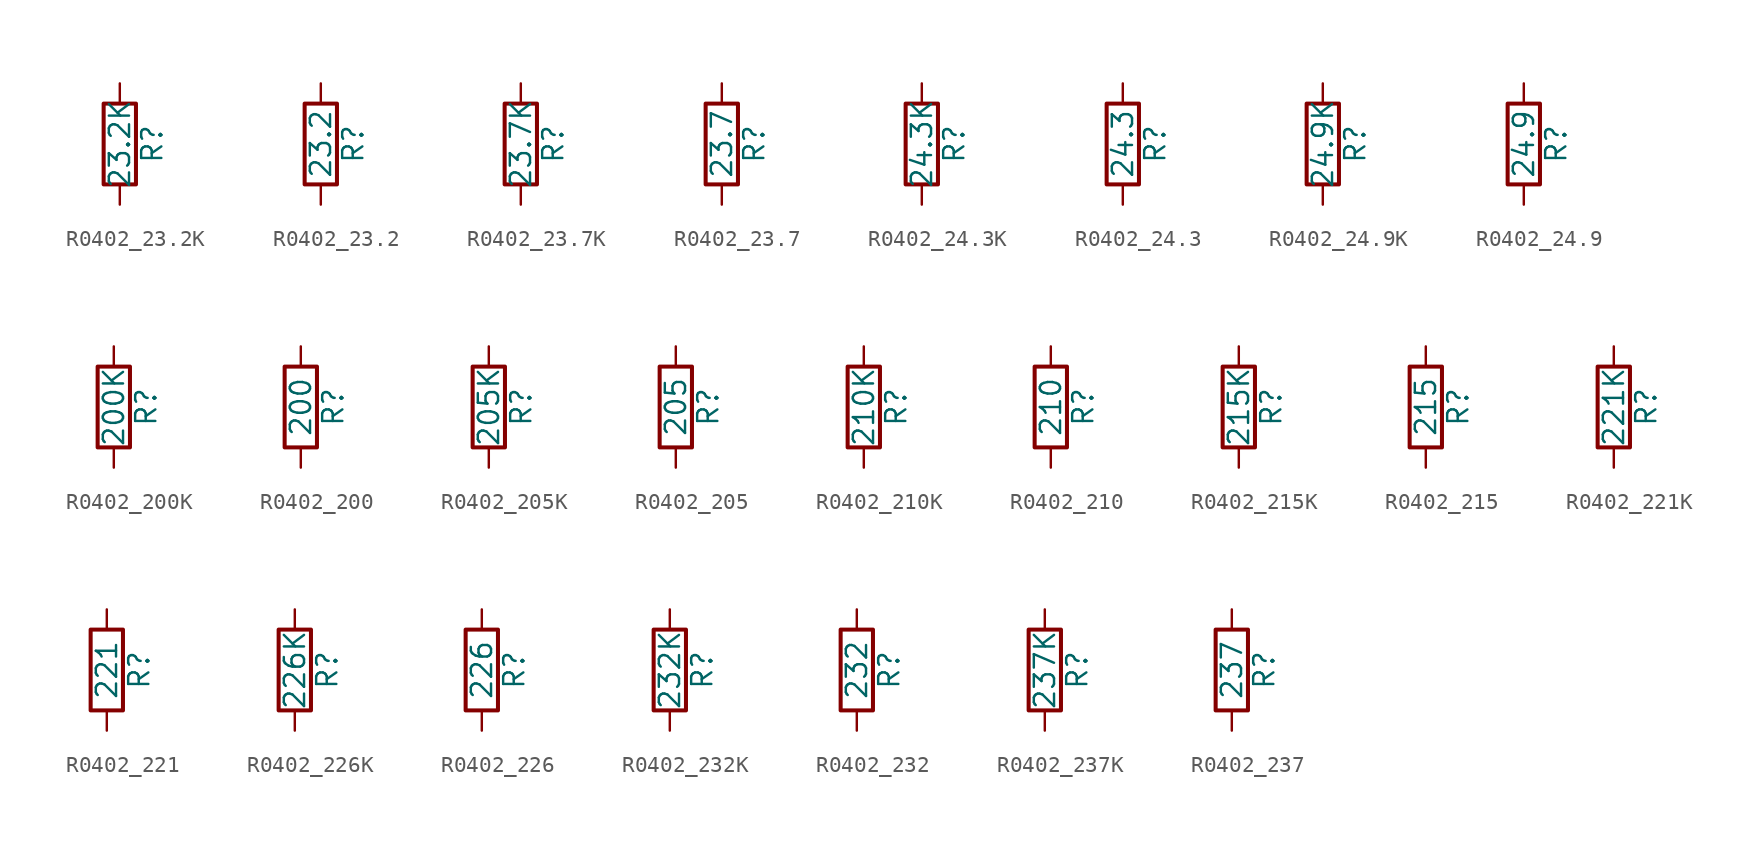
<source format=kicad_sym>
(kicad_symbol_lib
  (version 20211014)
  (generator atlantix-eda)
  (symbol "R0402_23.2K"
    (pin_numbers hide)
    (pin_names
      (offset 0))
    (property "Reference" "R"
      (at 2.032 0 90)
      (effects (font (size 1.27 1.27))))
    (property "Value" "23.2K"
      (at 0 0 90)
      (effects (font (size 1.27 1.27))))
    (symbol "R0402_23.2K_0_1"
      (rectangle (start -1.016 -2.54) (end 1.016 2.54) (stroke (width 0.254) (type default) (color 0 0 0 0)) (fill (type none))))
    (symbol "R0402_23.2K_1_1"
      (pin passive line (at 0 3.81 270) (length 1.27) (name "~" (effects (font (size 1.27 1.27)))) (number "1" (effects (font (size 1.27 1.27)))))
      (pin passive line (at 0 -3.81 90) (length 1.27) (name "~" (effects (font (size 1.27 1.27)))) (number "2" (effects (font (size 1.27 1.27)))))))
  (symbol "R0402_23.2"
    (pin_numbers hide)
    (pin_names
      (offset 0))
    (property "Reference" "R"
      (at 2.032 0 90)
      (effects (font (size 1.27 1.27))))
    (property "Value" "23.2"
      (at 0 0 90)
      (effects (font (size 1.27 1.27))))
    (symbol "R0402_23.2_0_1"
      (rectangle (start -1.016 -2.54) (end 1.016 2.54) (stroke (width 0.254) (type default) (color 0 0 0 0)) (fill (type none))))
    (symbol "R0402_23.2_1_1"
      (pin passive line (at 0 3.81 270) (length 1.27) (name "~" (effects (font (size 1.27 1.27)))) (number "1" (effects (font (size 1.27 1.27)))))
      (pin passive line (at 0 -3.81 90) (length 1.27) (name "~" (effects (font (size 1.27 1.27)))) (number "2" (effects (font (size 1.27 1.27)))))))
  (symbol "R0402_23.7K"
    (pin_numbers hide)
    (pin_names
      (offset 0))
    (property "Reference" "R"
      (at 2.032 0 90)
      (effects (font (size 1.27 1.27))))
    (property "Value" "23.7K"
      (at 0 0 90)
      (effects (font (size 1.27 1.27))))
    (symbol "R0402_23.7K_0_1"
      (rectangle (start -1.016 -2.54) (end 1.016 2.54) (stroke (width 0.254) (type default) (color 0 0 0 0)) (fill (type none))))
    (symbol "R0402_23.7K_1_1"
      (pin passive line (at 0 3.81 270) (length 1.27) (name "~" (effects (font (size 1.27 1.27)))) (number "1" (effects (font (size 1.27 1.27)))))
      (pin passive line (at 0 -3.81 90) (length 1.27) (name "~" (effects (font (size 1.27 1.27)))) (number "2" (effects (font (size 1.27 1.27)))))))
  (symbol "R0402_23.7"
    (pin_numbers hide)
    (pin_names
      (offset 0))
    (property "Reference" "R"
      (at 2.032 0 90)
      (effects (font (size 1.27 1.27))))
    (property "Value" "23.7"
      (at 0 0 90)
      (effects (font (size 1.27 1.27))))
    (symbol "R0402_23.7_0_1"
      (rectangle (start -1.016 -2.54) (end 1.016 2.54) (stroke (width 0.254) (type default) (color 0 0 0 0)) (fill (type none))))
    (symbol "R0402_23.7_1_1"
      (pin passive line (at 0 3.81 270) (length 1.27) (name "~" (effects (font (size 1.27 1.27)))) (number "1" (effects (font (size 1.27 1.27)))))
      (pin passive line (at 0 -3.81 90) (length 1.27) (name "~" (effects (font (size 1.27 1.27)))) (number "2" (effects (font (size 1.27 1.27)))))))
  (symbol "R0402_24.3K"
    (pin_numbers hide)
    (pin_names
      (offset 0))
    (property "Reference" "R"
      (at 2.032 0 90)
      (effects (font (size 1.27 1.27))))
    (property "Value" "24.3K"
      (at 0 0 90)
      (effects (font (size 1.27 1.27))))
    (symbol "R0402_24.3K_0_1"
      (rectangle (start -1.016 -2.54) (end 1.016 2.54) (stroke (width 0.254) (type default) (color 0 0 0 0)) (fill (type none))))
    (symbol "R0402_24.3K_1_1"
      (pin passive line (at 0 3.81 270) (length 1.27) (name "~" (effects (font (size 1.27 1.27)))) (number "1" (effects (font (size 1.27 1.27)))))
      (pin passive line (at 0 -3.81 90) (length 1.27) (name "~" (effects (font (size 1.27 1.27)))) (number "2" (effects (font (size 1.27 1.27)))))))
  (symbol "R0402_24.3"
    (pin_numbers hide)
    (pin_names
      (offset 0))
    (property "Reference" "R"
      (at 2.032 0 90)
      (effects (font (size 1.27 1.27))))
    (property "Value" "24.3"
      (at 0 0 90)
      (effects (font (size 1.27 1.27))))
    (symbol "R0402_24.3_0_1"
      (rectangle (start -1.016 -2.54) (end 1.016 2.54) (stroke (width 0.254) (type default) (color 0 0 0 0)) (fill (type none))))
    (symbol "R0402_24.3_1_1"
      (pin passive line (at 0 3.81 270) (length 1.27) (name "~" (effects (font (size 1.27 1.27)))) (number "1" (effects (font (size 1.27 1.27)))))
      (pin passive line (at 0 -3.81 90) (length 1.27) (name "~" (effects (font (size 1.27 1.27)))) (number "2" (effects (font (size 1.27 1.27)))))))
  (symbol "R0402_24.9K"
    (pin_numbers hide)
    (pin_names
      (offset 0))
    (property "Reference" "R"
      (at 2.032 0 90)
      (effects (font (size 1.27 1.27))))
    (property "Value" "24.9K"
      (at 0 0 90)
      (effects (font (size 1.27 1.27))))
    (symbol "R0402_24.9K_0_1"
      (rectangle (start -1.016 -2.54) (end 1.016 2.54) (stroke (width 0.254) (type default) (color 0 0 0 0)) (fill (type none))))
    (symbol "R0402_24.9K_1_1"
      (pin passive line (at 0 3.81 270) (length 1.27) (name "~" (effects (font (size 1.27 1.27)))) (number "1" (effects (font (size 1.27 1.27)))))
      (pin passive line (at 0 -3.81 90) (length 1.27) (name "~" (effects (font (size 1.27 1.27)))) (number "2" (effects (font (size 1.27 1.27)))))))
  (symbol "R0402_24.9"
    (pin_numbers hide)
    (pin_names
      (offset 0))
    (property "Reference" "R"
      (at 2.032 0 90)
      (effects (font (size 1.27 1.27))))
    (property "Value" "24.9"
      (at 0 0 90)
      (effects (font (size 1.27 1.27))))
    (symbol "R0402_24.9_0_1"
      (rectangle (start -1.016 -2.54) (end 1.016 2.54) (stroke (width 0.254) (type default) (color 0 0 0 0)) (fill (type none))))
    (symbol "R0402_24.9_1_1"
      (pin passive line (at 0 3.81 270) (length 1.27) (name "~" (effects (font (size 1.27 1.27)))) (number "1" (effects (font (size 1.27 1.27)))))
      (pin passive line (at 0 -3.81 90) (length 1.27) (name "~" (effects (font (size 1.27 1.27)))) (number "2" (effects (font (size 1.27 1.27)))))))
  (symbol "R0402_200K"
    (pin_numbers hide)
    (pin_names
      (offset 0))
    (property "Reference" "R"
      (at 2.032 0 90)
      (effects (font (size 1.27 1.27))))
    (property "Value" "200K"
      (at 0 0 90)
      (effects (font (size 1.27 1.27))))
    (symbol "R0402_200K_0_1"
      (rectangle (start -1.016 -2.54) (end 1.016 2.54) (stroke (width 0.254) (type default) (color 0 0 0 0)) (fill (type none))))
    (symbol "R0402_200K_1_1"
      (pin passive line (at 0 3.81 270) (length 1.27) (name "~" (effects (font (size 1.27 1.27)))) (number "1" (effects (font (size 1.27 1.27)))))
      (pin passive line (at 0 -3.81 90) (length 1.27) (name "~" (effects (font (size 1.27 1.27)))) (number "2" (effects (font (size 1.27 1.27)))))))
  (symbol "R0402_200"
    (pin_numbers hide)
    (pin_names
      (offset 0))
    (property "Reference" "R"
      (at 2.032 0 90)
      (effects (font (size 1.27 1.27))))
    (property "Value" "200"
      (at 0 0 90)
      (effects (font (size 1.27 1.27))))
    (symbol "R0402_200_0_1"
      (rectangle (start -1.016 -2.54) (end 1.016 2.54) (stroke (width 0.254) (type default) (color 0 0 0 0)) (fill (type none))))
    (symbol "R0402_200_1_1"
      (pin passive line (at 0 3.81 270) (length 1.27) (name "~" (effects (font (size 1.27 1.27)))) (number "1" (effects (font (size 1.27 1.27)))))
      (pin passive line (at 0 -3.81 90) (length 1.27) (name "~" (effects (font (size 1.27 1.27)))) (number "2" (effects (font (size 1.27 1.27)))))))
  (symbol "R0402_205K"
    (pin_numbers hide)
    (pin_names
      (offset 0))
    (property "Reference" "R"
      (at 2.032 0 90)
      (effects (font (size 1.27 1.27))))
    (property "Value" "205K"
      (at 0 0 90)
      (effects (font (size 1.27 1.27))))
    (symbol "R0402_205K_0_1"
      (rectangle (start -1.016 -2.54) (end 1.016 2.54) (stroke (width 0.254) (type default) (color 0 0 0 0)) (fill (type none))))
    (symbol "R0402_205K_1_1"
      (pin passive line (at 0 3.81 270) (length 1.27) (name "~" (effects (font (size 1.27 1.27)))) (number "1" (effects (font (size 1.27 1.27)))))
      (pin passive line (at 0 -3.81 90) (length 1.27) (name "~" (effects (font (size 1.27 1.27)))) (number "2" (effects (font (size 1.27 1.27)))))))
  (symbol "R0402_205"
    (pin_numbers hide)
    (pin_names
      (offset 0))
    (property "Reference" "R"
      (at 2.032 0 90)
      (effects (font (size 1.27 1.27))))
    (property "Value" "205"
      (at 0 0 90)
      (effects (font (size 1.27 1.27))))
    (symbol "R0402_205_0_1"
      (rectangle (start -1.016 -2.54) (end 1.016 2.54) (stroke (width 0.254) (type default) (color 0 0 0 0)) (fill (type none))))
    (symbol "R0402_205_1_1"
      (pin passive line (at 0 3.81 270) (length 1.27) (name "~" (effects (font (size 1.27 1.27)))) (number "1" (effects (font (size 1.27 1.27)))))
      (pin passive line (at 0 -3.81 90) (length 1.27) (name "~" (effects (font (size 1.27 1.27)))) (number "2" (effects (font (size 1.27 1.27)))))))
  (symbol "R0402_210K"
    (pin_numbers hide)
    (pin_names
      (offset 0))
    (property "Reference" "R"
      (at 2.032 0 90)
      (effects (font (size 1.27 1.27))))
    (property "Value" "210K"
      (at 0 0 90)
      (effects (font (size 1.27 1.27))))
    (symbol "R0402_210K_0_1"
      (rectangle (start -1.016 -2.54) (end 1.016 2.54) (stroke (width 0.254) (type default) (color 0 0 0 0)) (fill (type none))))
    (symbol "R0402_210K_1_1"
      (pin passive line (at 0 3.81 270) (length 1.27) (name "~" (effects (font (size 1.27 1.27)))) (number "1" (effects (font (size 1.27 1.27)))))
      (pin passive line (at 0 -3.81 90) (length 1.27) (name "~" (effects (font (size 1.27 1.27)))) (number "2" (effects (font (size 1.27 1.27)))))))
  (symbol "R0402_210"
    (pin_numbers hide)
    (pin_names
      (offset 0))
    (property "Reference" "R"
      (at 2.032 0 90)
      (effects (font (size 1.27 1.27))))
    (property "Value" "210"
      (at 0 0 90)
      (effects (font (size 1.27 1.27))))
    (symbol "R0402_210_0_1"
      (rectangle (start -1.016 -2.54) (end 1.016 2.54) (stroke (width 0.254) (type default) (color 0 0 0 0)) (fill (type none))))
    (symbol "R0402_210_1_1"
      (pin passive line (at 0 3.81 270) (length 1.27) (name "~" (effects (font (size 1.27 1.27)))) (number "1" (effects (font (size 1.27 1.27)))))
      (pin passive line (at 0 -3.81 90) (length 1.27) (name "~" (effects (font (size 1.27 1.27)))) (number "2" (effects (font (size 1.27 1.27)))))))
  (symbol "R0402_215K"
    (pin_numbers hide)
    (pin_names
      (offset 0))
    (property "Reference" "R"
      (at 2.032 0 90)
      (effects (font (size 1.27 1.27))))
    (property "Value" "215K"
      (at 0 0 90)
      (effects (font (size 1.27 1.27))))
    (symbol "R0402_215K_0_1"
      (rectangle (start -1.016 -2.54) (end 1.016 2.54) (stroke (width 0.254) (type default) (color 0 0 0 0)) (fill (type none))))
    (symbol "R0402_215K_1_1"
      (pin passive line (at 0 3.81 270) (length 1.27) (name "~" (effects (font (size 1.27 1.27)))) (number "1" (effects (font (size 1.27 1.27)))))
      (pin passive line (at 0 -3.81 90) (length 1.27) (name "~" (effects (font (size 1.27 1.27)))) (number "2" (effects (font (size 1.27 1.27)))))))
  (symbol "R0402_215"
    (pin_numbers hide)
    (pin_names
      (offset 0))
    (property "Reference" "R"
      (at 2.032 0 90)
      (effects (font (size 1.27 1.27))))
    (property "Value" "215"
      (at 0 0 90)
      (effects (font (size 1.27 1.27))))
    (symbol "R0402_215_0_1"
      (rectangle (start -1.016 -2.54) (end 1.016 2.54) (stroke (width 0.254) (type default) (color 0 0 0 0)) (fill (type none))))
    (symbol "R0402_215_1_1"
      (pin passive line (at 0 3.81 270) (length 1.27) (name "~" (effects (font (size 1.27 1.27)))) (number "1" (effects (font (size 1.27 1.27)))))
      (pin passive line (at 0 -3.81 90) (length 1.27) (name "~" (effects (font (size 1.27 1.27)))) (number "2" (effects (font (size 1.27 1.27)))))))
  (symbol "R0402_221K"
    (pin_numbers hide)
    (pin_names
      (offset 0))
    (property "Reference" "R"
      (at 2.032 0 90)
      (effects (font (size 1.27 1.27))))
    (property "Value" "221K"
      (at 0 0 90)
      (effects (font (size 1.27 1.27))))
    (symbol "R0402_221K_0_1"
      (rectangle (start -1.016 -2.54) (end 1.016 2.54) (stroke (width 0.254) (type default) (color 0 0 0 0)) (fill (type none))))
    (symbol "R0402_221K_1_1"
      (pin passive line (at 0 3.81 270) (length 1.27) (name "~" (effects (font (size 1.27 1.27)))) (number "1" (effects (font (size 1.27 1.27)))))
      (pin passive line (at 0 -3.81 90) (length 1.27) (name "~" (effects (font (size 1.27 1.27)))) (number "2" (effects (font (size 1.27 1.27)))))))
  (symbol "R0402_221"
    (pin_numbers hide)
    (pin_names
      (offset 0))
    (property "Reference" "R"
      (at 2.032 0 90)
      (effects (font (size 1.27 1.27))))
    (property "Value" "221"
      (at 0 0 90)
      (effects (font (size 1.27 1.27))))
    (symbol "R0402_221_0_1"
      (rectangle (start -1.016 -2.54) (end 1.016 2.54) (stroke (width 0.254) (type default) (color 0 0 0 0)) (fill (type none))))
    (symbol "R0402_221_1_1"
      (pin passive line (at 0 3.81 270) (length 1.27) (name "~" (effects (font (size 1.27 1.27)))) (number "1" (effects (font (size 1.27 1.27)))))
      (pin passive line (at 0 -3.81 90) (length 1.27) (name "~" (effects (font (size 1.27 1.27)))) (number "2" (effects (font (size 1.27 1.27)))))))
  (symbol "R0402_226K"
    (pin_numbers hide)
    (pin_names
      (offset 0))
    (property "Reference" "R"
      (at 2.032 0 90)
      (effects (font (size 1.27 1.27))))
    (property "Value" "226K"
      (at 0 0 90)
      (effects (font (size 1.27 1.27))))
    (symbol "R0402_226K_0_1"
      (rectangle (start -1.016 -2.54) (end 1.016 2.54) (stroke (width 0.254) (type default) (color 0 0 0 0)) (fill (type none))))
    (symbol "R0402_226K_1_1"
      (pin passive line (at 0 3.81 270) (length 1.27) (name "~" (effects (font (size 1.27 1.27)))) (number "1" (effects (font (size 1.27 1.27)))))
      (pin passive line (at 0 -3.81 90) (length 1.27) (name "~" (effects (font (size 1.27 1.27)))) (number "2" (effects (font (size 1.27 1.27)))))))
  (symbol "R0402_226"
    (pin_numbers hide)
    (pin_names
      (offset 0))
    (property "Reference" "R"
      (at 2.032 0 90)
      (effects (font (size 1.27 1.27))))
    (property "Value" "226"
      (at 0 0 90)
      (effects (font (size 1.27 1.27))))
    (symbol "R0402_226_0_1"
      (rectangle (start -1.016 -2.54) (end 1.016 2.54) (stroke (width 0.254) (type default) (color 0 0 0 0)) (fill (type none))))
    (symbol "R0402_226_1_1"
      (pin passive line (at 0 3.81 270) (length 1.27) (name "~" (effects (font (size 1.27 1.27)))) (number "1" (effects (font (size 1.27 1.27)))))
      (pin passive line (at 0 -3.81 90) (length 1.27) (name "~" (effects (font (size 1.27 1.27)))) (number "2" (effects (font (size 1.27 1.27)))))))
  (symbol "R0402_232K"
    (pin_numbers hide)
    (pin_names
      (offset 0))
    (property "Reference" "R"
      (at 2.032 0 90)
      (effects (font (size 1.27 1.27))))
    (property "Value" "232K"
      (at 0 0 90)
      (effects (font (size 1.27 1.27))))
    (symbol "R0402_232K_0_1"
      (rectangle (start -1.016 -2.54) (end 1.016 2.54) (stroke (width 0.254) (type default) (color 0 0 0 0)) (fill (type none))))
    (symbol "R0402_232K_1_1"
      (pin passive line (at 0 3.81 270) (length 1.27) (name "~" (effects (font (size 1.27 1.27)))) (number "1" (effects (font (size 1.27 1.27)))))
      (pin passive line (at 0 -3.81 90) (length 1.27) (name "~" (effects (font (size 1.27 1.27)))) (number "2" (effects (font (size 1.27 1.27)))))))
  (symbol "R0402_232"
    (pin_numbers hide)
    (pin_names
      (offset 0))
    (property "Reference" "R"
      (at 2.032 0 90)
      (effects (font (size 1.27 1.27))))
    (property "Value" "232"
      (at 0 0 90)
      (effects (font (size 1.27 1.27))))
    (symbol "R0402_232_0_1"
      (rectangle (start -1.016 -2.54) (end 1.016 2.54) (stroke (width 0.254) (type default) (color 0 0 0 0)) (fill (type none))))
    (symbol "R0402_232_1_1"
      (pin passive line (at 0 3.81 270) (length 1.27) (name "~" (effects (font (size 1.27 1.27)))) (number "1" (effects (font (size 1.27 1.27)))))
      (pin passive line (at 0 -3.81 90) (length 1.27) (name "~" (effects (font (size 1.27 1.27)))) (number "2" (effects (font (size 1.27 1.27)))))))
  (symbol "R0402_237K"
    (pin_numbers hide)
    (pin_names
      (offset 0))
    (property "Reference" "R"
      (at 2.032 0 90)
      (effects (font (size 1.27 1.27))))
    (property "Value" "237K"
      (at 0 0 90)
      (effects (font (size 1.27 1.27))))
    (symbol "R0402_237K_0_1"
      (rectangle (start -1.016 -2.54) (end 1.016 2.54) (stroke (width 0.254) (type default) (color 0 0 0 0)) (fill (type none))))
    (symbol "R0402_237K_1_1"
      (pin passive line (at 0 3.81 270) (length 1.27) (name "~" (effects (font (size 1.27 1.27)))) (number "1" (effects (font (size 1.27 1.27)))))
      (pin passive line (at 0 -3.81 90) (length 1.27) (name "~" (effects (font (size 1.27 1.27)))) (number "2" (effects (font (size 1.27 1.27)))))))
  (symbol "R0402_237"
    (pin_numbers hide)
    (pin_names
      (offset 0))
    (property "Reference" "R"
      (at 2.032 0 90)
      (effects (font (size 1.27 1.27))))
    (property "Value" "237"
      (at 0 0 90)
      (effects (font (size 1.27 1.27))))
    (symbol "R0402_237_0_1"
      (rectangle (start -1.016 -2.54) (end 1.016 2.54) (stroke (width 0.254) (type default) (color 0 0 0 0)) (fill (type none))))
    (symbol "R0402_237_1_1"
      (pin passive line (at 0 3.81 270) (length 1.27) (name "~" (effects (font (size 1.27 1.27)))) (number "1" (effects (font (size 1.27 1.27)))))
      (pin passive line (at 0 -3.81 90) (length 1.27) (name "~" (effects (font (size 1.27 1.27)))) (number "2" (effects (font (size 1.27 1.27))))))))
</source>
